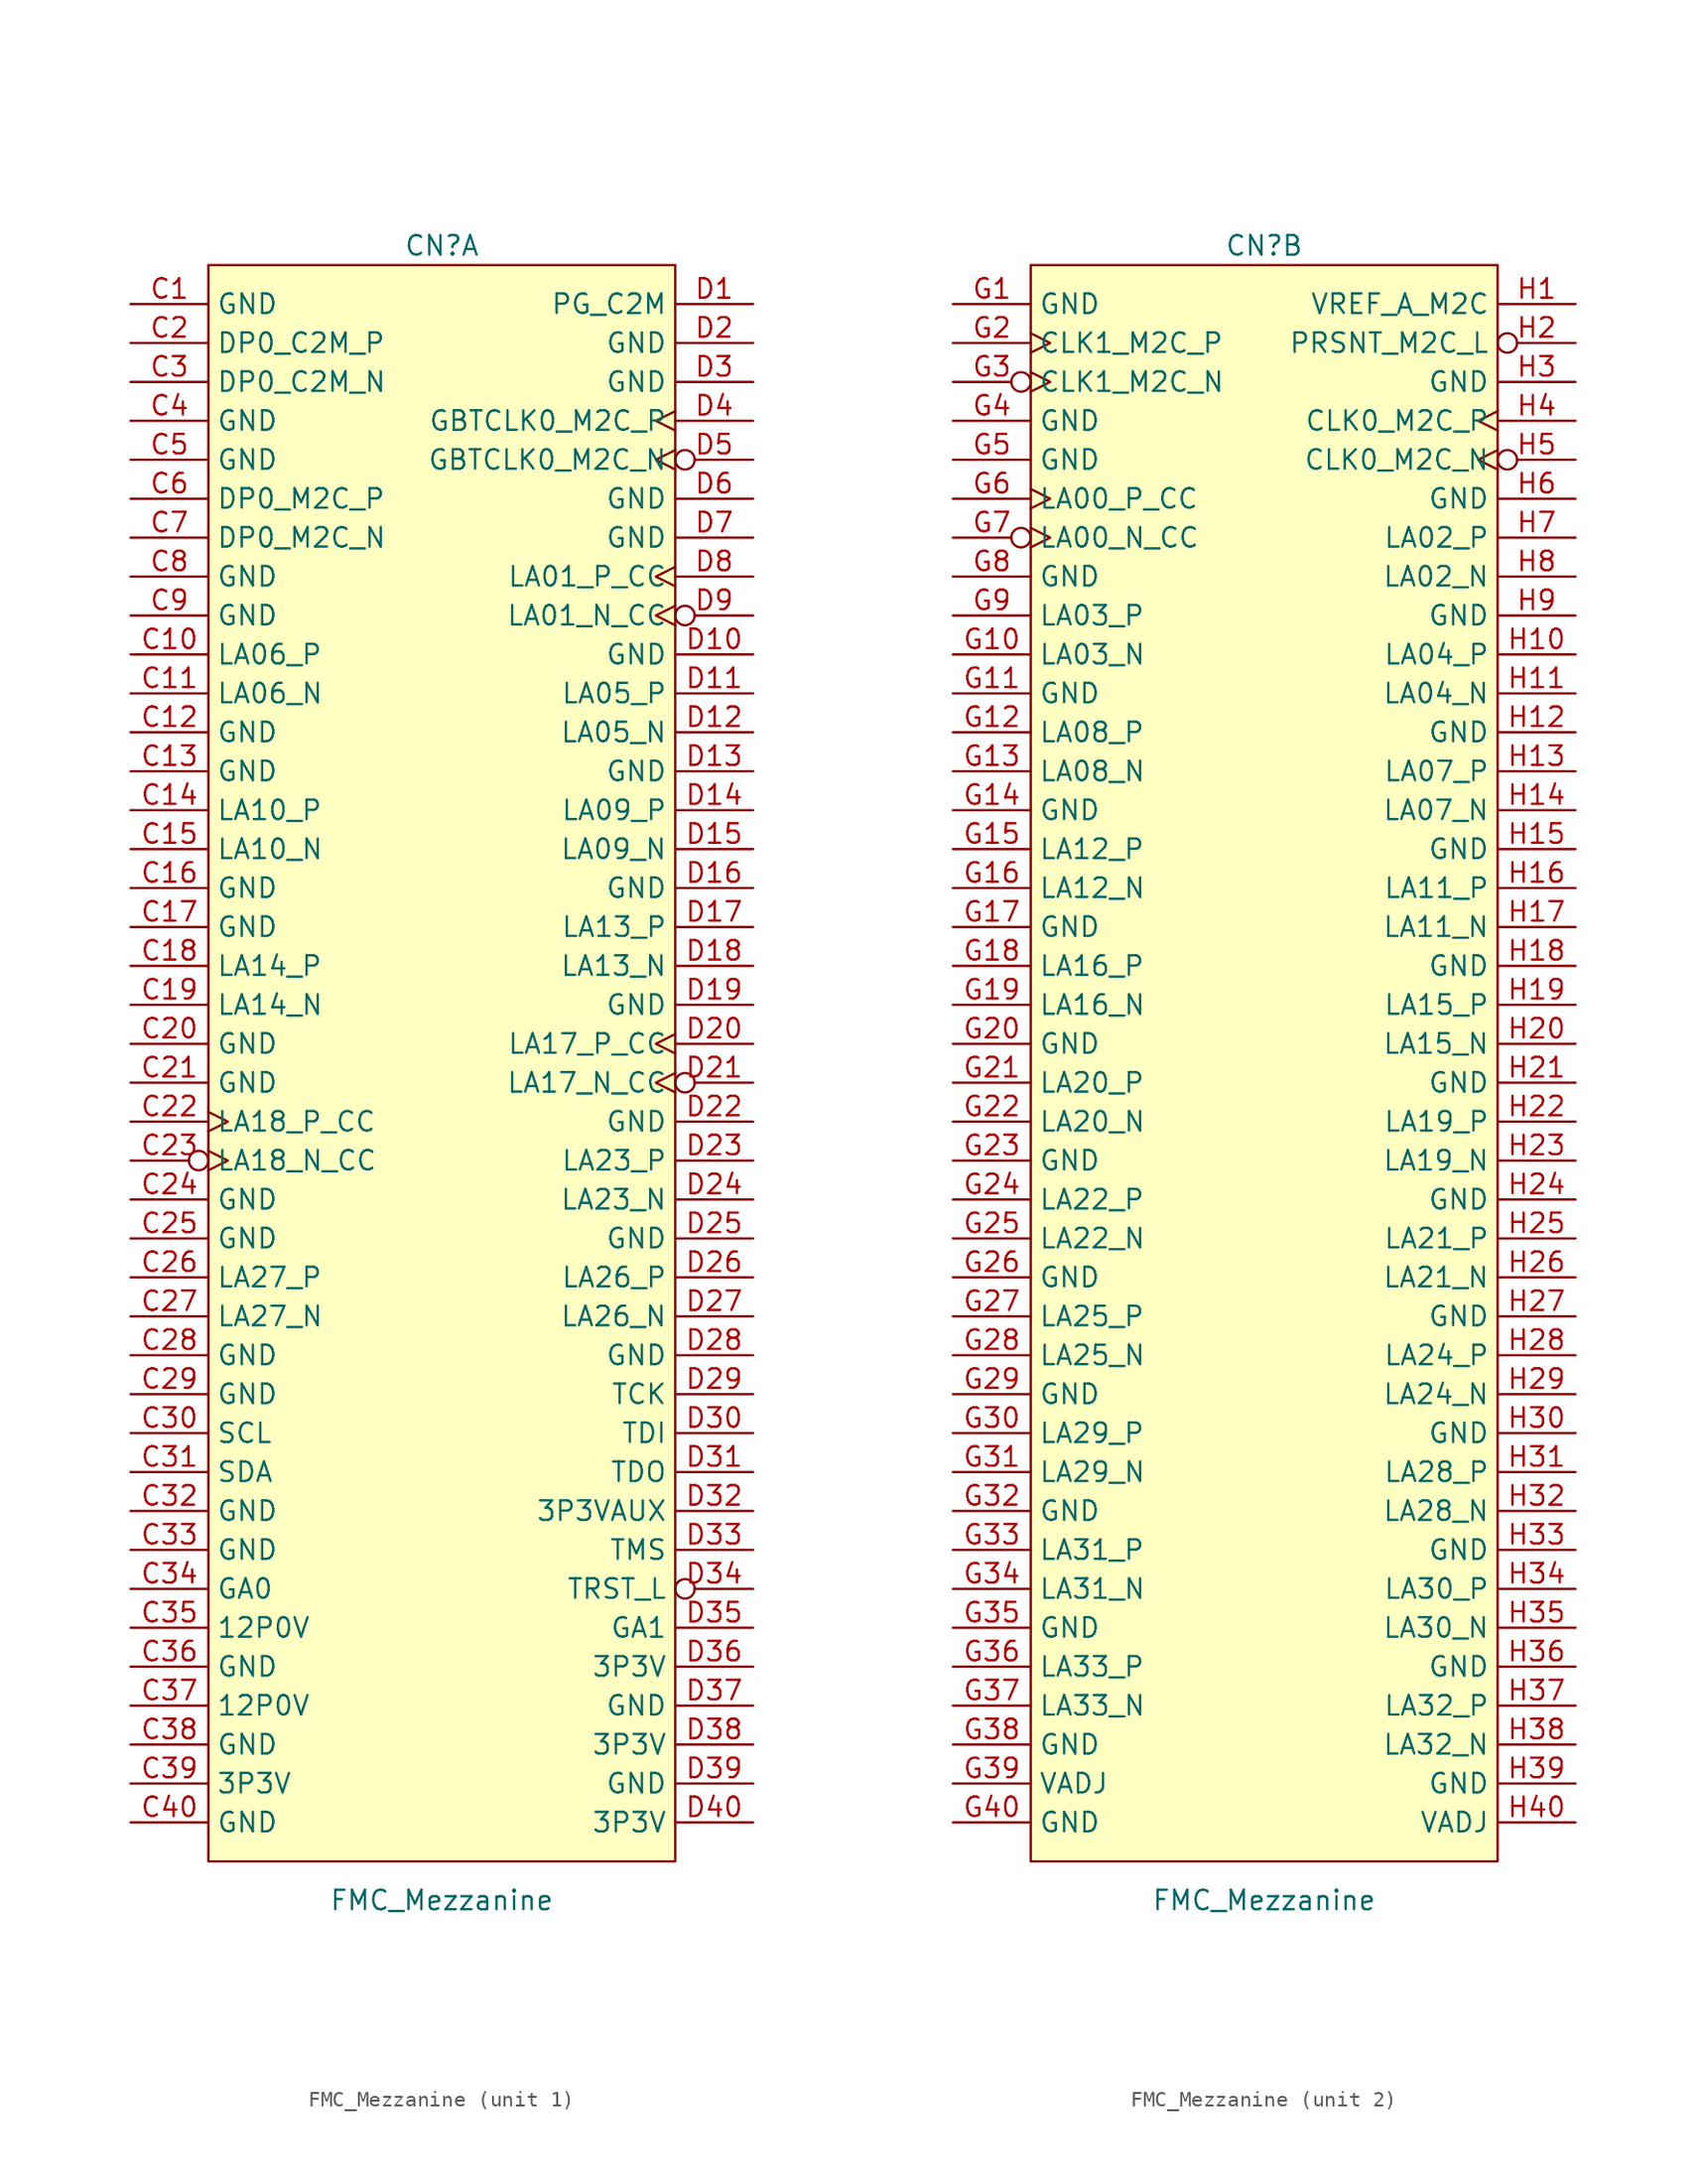
<source format=kicad_sym>
(kicad_symbol_lib
  (version 20220914)
  (generator kicad_symbol_editor)
  (symbol "FMC_Mezzanine"
    (property "Reference" "CN"
      (at 0 3.81 0)
      (effects (font (size 1.27 1.27))))
    (property "Value" "FMC_Mezzanine"
      (at 0 -104.14 0)
      (effects (font (size 1.27 1.27))))
    (symbol "FMC_Mezzanine_0_1"
      (rectangle (start -15.24 2.54) (end 15.24 -101.6) (stroke (width 0.152) (type default)) (fill (type background))))
    (symbol "FMC_Mezzanine_1_1"
      (pin power_in line (at -20.32 0 0) (length 5.08) (name "GND" (effects (font (size 1.27 1.27)))) (number "C1" (effects (font (size 1.27 1.27)))))
      (pin passive line (at -20.32 -22.86 0) (length 5.08) (name "LA06_P" (effects (font (size 1.27 1.27)))) (number "C10" (effects (font (size 1.27 1.27)))))
      (pin passive line (at -20.32 -25.4 0) (length 5.08) (name "LA06_N" (effects (font (size 1.27 1.27)))) (number "C11" (effects (font (size 1.27 1.27)))))
      (pin power_in line (at -20.32 -27.94 0) (length 5.08) (name "GND" (effects (font (size 1.27 1.27)))) (number "C12" (effects (font (size 1.27 1.27)))))
      (pin power_in line (at -20.32 -30.48 0) (length 5.08) (name "GND" (effects (font (size 1.27 1.27)))) (number "C13" (effects (font (size 1.27 1.27)))))
      (pin passive line (at -20.32 -33.02 0) (length 5.08) (name "LA10_P" (effects (font (size 1.27 1.27)))) (number "C14" (effects (font (size 1.27 1.27)))))
      (pin passive line (at -20.32 -35.56 0) (length 5.08) (name "LA10_N" (effects (font (size 1.27 1.27)))) (number "C15" (effects (font (size 1.27 1.27)))))
      (pin power_in line (at -20.32 -38.1 0) (length 5.08) (name "GND" (effects (font (size 1.27 1.27)))) (number "C16" (effects (font (size 1.27 1.27)))))
      (pin power_in line (at -20.32 -40.64 0) (length 5.08) (name "GND" (effects (font (size 1.27 1.27)))) (number "C17" (effects (font (size 1.27 1.27)))))
      (pin passive line (at -20.32 -43.18 0) (length 5.08) (name "LA14_P" (effects (font (size 1.27 1.27)))) (number "C18" (effects (font (size 1.27 1.27)))))
      (pin passive line (at -20.32 -45.72 0) (length 5.08) (name "LA14_N" (effects (font (size 1.27 1.27)))) (number "C19" (effects (font (size 1.27 1.27)))))
      (pin input line (at -20.32 -2.54 0) (length 5.08) (name "DP0_C2M_P" (effects (font (size 1.27 1.27)))) (number "C2" (effects (font (size 1.27 1.27)))))
      (pin power_in line (at -20.32 -48.26 0) (length 5.08) (name "GND" (effects (font (size 1.27 1.27)))) (number "C20" (effects (font (size 1.27 1.27)))))
      (pin power_in line (at -20.32 -50.8 0) (length 5.08) (name "GND" (effects (font (size 1.27 1.27)))) (number "C21" (effects (font (size 1.27 1.27)))))
      (pin bidirectional clock (at -20.32 -53.34 0) (length 5.08) (name "LA18_P_CC" (effects (font (size 1.27 1.27)))) (number "C22" (effects (font (size 1.27 1.27)))))
      (pin bidirectional inverted_clock (at -20.32 -55.88 0) (length 5.08) (name "LA18_N_CC" (effects (font (size 1.27 1.27)))) (number "C23" (effects (font (size 1.27 1.27)))))
      (pin power_in line (at -20.32 -58.42 0) (length 5.08) (name "GND" (effects (font (size 1.27 1.27)))) (number "C24" (effects (font (size 1.27 1.27)))))
      (pin power_in line (at -20.32 -60.96 0) (length 5.08) (name "GND" (effects (font (size 1.27 1.27)))) (number "C25" (effects (font (size 1.27 1.27)))))
      (pin passive line (at -20.32 -63.5 0) (length 5.08) (name "LA27_P" (effects (font (size 1.27 1.27)))) (number "C26" (effects (font (size 1.27 1.27)))))
      (pin passive line (at -20.32 -66.04 0) (length 5.08) (name "LA27_N" (effects (font (size 1.27 1.27)))) (number "C27" (effects (font (size 1.27 1.27)))))
      (pin power_in line (at -20.32 -68.58 0) (length 5.08) (name "GND" (effects (font (size 1.27 1.27)))) (number "C28" (effects (font (size 1.27 1.27)))))
      (pin power_in line (at -20.32 -71.12 0) (length 5.08) (name "GND" (effects (font (size 1.27 1.27)))) (number "C29" (effects (font (size 1.27 1.27)))))
      (pin input line (at -20.32 -5.08 0) (length 5.08) (name "DP0_C2M_N" (effects (font (size 1.27 1.27)))) (number "C3" (effects (font (size 1.27 1.27)))))
      (pin input line (at -20.32 -73.66 0) (length 5.08) (name "SCL" (effects (font (size 1.27 1.27)))) (number "C30" (effects (font (size 1.27 1.27)))))
      (pin bidirectional line (at -20.32 -76.2 0) (length 5.08) (name "SDA" (effects (font (size 1.27 1.27)))) (number "C31" (effects (font (size 1.27 1.27)))))
      (pin power_in line (at -20.32 -78.74 0) (length 5.08) (name "GND" (effects (font (size 1.27 1.27)))) (number "C32" (effects (font (size 1.27 1.27)))))
      (pin power_in line (at -20.32 -81.28 0) (length 5.08) (name "GND" (effects (font (size 1.27 1.27)))) (number "C33" (effects (font (size 1.27 1.27)))))
      (pin input line (at -20.32 -83.82 0) (length 5.08) (name "GA0" (effects (font (size 1.27 1.27)))) (number "C34" (effects (font (size 1.27 1.27)))))
      (pin input line (at -20.32 -86.36 0) (length 5.08) (name "12P0V" (effects (font (size 1.27 1.27)))) (number "C35" (effects (font (size 1.27 1.27)))))
      (pin power_in line (at -20.32 -88.9 0) (length 5.08) (name "GND" (effects (font (size 1.27 1.27)))) (number "C36" (effects (font (size 1.27 1.27)))))
      (pin input line (at -20.32 -91.44 0) (length 5.08) (name "12P0V" (effects (font (size 1.27 1.27)))) (number "C37" (effects (font (size 1.27 1.27)))))
      (pin power_in line (at -20.32 -93.98 0) (length 5.08) (name "GND" (effects (font (size 1.27 1.27)))) (number "C38" (effects (font (size 1.27 1.27)))))
      (pin power_in line (at -20.32 -96.52 0) (length 5.08) (name "3P3V" (effects (font (size 1.27 1.27)))) (number "C39" (effects (font (size 1.27 1.27)))))
      (pin power_in line (at -20.32 -7.62 0) (length 5.08) (name "GND" (effects (font (size 1.27 1.27)))) (number "C4" (effects (font (size 1.27 1.27)))))
      (pin power_in line (at -20.32 -99.06 0) (length 5.08) (name "GND" (effects (font (size 1.27 1.27)))) (number "C40" (effects (font (size 1.27 1.27)))))
      (pin power_in line (at -20.32 -10.16 0) (length 5.08) (name "GND" (effects (font (size 1.27 1.27)))) (number "C5" (effects (font (size 1.27 1.27)))))
      (pin output line (at -20.32 -12.7 0) (length 5.08) (name "DP0_M2C_P" (effects (font (size 1.27 1.27)))) (number "C6" (effects (font (size 1.27 1.27)))))
      (pin output line (at -20.32 -15.24 0) (length 5.08) (name "DP0_M2C_N" (effects (font (size 1.27 1.27)))) (number "C7" (effects (font (size 1.27 1.27)))))
      (pin power_in line (at -20.32 -17.78 0) (length 5.08) (name "GND" (effects (font (size 1.27 1.27)))) (number "C8" (effects (font (size 1.27 1.27)))))
      (pin power_in line (at -20.32 -20.32 0) (length 5.08) (name "GND" (effects (font (size 1.27 1.27)))) (number "C9" (effects (font (size 1.27 1.27)))))
      (pin input line (at 20.32 0 180) (length 5.08) (name "PG_C2M" (effects (font (size 1.27 1.27)))) (number "D1" (effects (font (size 1.27 1.27)))))
      (pin power_in line (at 20.32 -22.86 180) (length 5.08) (name "GND" (effects (font (size 1.27 1.27)))) (number "D10" (effects (font (size 1.27 1.27)))))
      (pin passive line (at 20.32 -25.4 180) (length 5.08) (name "LA05_P" (effects (font (size 1.27 1.27)))) (number "D11" (effects (font (size 1.27 1.27)))))
      (pin passive line (at 20.32 -27.94 180) (length 5.08) (name "LA05_N" (effects (font (size 1.27 1.27)))) (number "D12" (effects (font (size 1.27 1.27)))))
      (pin power_in line (at 20.32 -30.48 180) (length 5.08) (name "GND" (effects (font (size 1.27 1.27)))) (number "D13" (effects (font (size 1.27 1.27)))))
      (pin passive line (at 20.32 -33.02 180) (length 5.08) (name "LA09_P" (effects (font (size 1.27 1.27)))) (number "D14" (effects (font (size 1.27 1.27)))))
      (pin passive line (at 20.32 -35.56 180) (length 5.08) (name "LA09_N" (effects (font (size 1.27 1.27)))) (number "D15" (effects (font (size 1.27 1.27)))))
      (pin power_in line (at 20.32 -38.1 180) (length 5.08) (name "GND" (effects (font (size 1.27 1.27)))) (number "D16" (effects (font (size 1.27 1.27)))))
      (pin passive line (at 20.32 -40.64 180) (length 5.08) (name "LA13_P" (effects (font (size 1.27 1.27)))) (number "D17" (effects (font (size 1.27 1.27)))))
      (pin passive line (at 20.32 -43.18 180) (length 5.08) (name "LA13_N" (effects (font (size 1.27 1.27)))) (number "D18" (effects (font (size 1.27 1.27)))))
      (pin power_in line (at 20.32 -45.72 180) (length 5.08) (name "GND" (effects (font (size 1.27 1.27)))) (number "D19" (effects (font (size 1.27 1.27)))))
      (pin power_in line (at 20.32 -2.54 180) (length 5.08) (name "GND" (effects (font (size 1.27 1.27)))) (number "D2" (effects (font (size 1.27 1.27)))))
      (pin bidirectional clock (at 20.32 -48.26 180) (length 5.08) (name "LA17_P_CC" (effects (font (size 1.27 1.27)))) (number "D20" (effects (font (size 1.27 1.27)))))
      (pin bidirectional inverted_clock (at 20.32 -50.8 180) (length 5.08) (name "LA17_N_CC" (effects (font (size 1.27 1.27)))) (number "D21" (effects (font (size 1.27 1.27)))))
      (pin power_in line (at 20.32 -53.34 180) (length 5.08) (name "GND" (effects (font (size 1.27 1.27)))) (number "D22" (effects (font (size 1.27 1.27)))))
      (pin passive line (at 20.32 -55.88 180) (length 5.08) (name "LA23_P" (effects (font (size 1.27 1.27)))) (number "D23" (effects (font (size 1.27 1.27)))))
      (pin passive line (at 20.32 -58.42 180) (length 5.08) (name "LA23_N" (effects (font (size 1.27 1.27)))) (number "D24" (effects (font (size 1.27 1.27)))))
      (pin power_in line (at 20.32 -60.96 180) (length 5.08) (name "GND" (effects (font (size 1.27 1.27)))) (number "D25" (effects (font (size 1.27 1.27)))))
      (pin passive line (at 20.32 -63.5 180) (length 5.08) (name "LA26_P" (effects (font (size 1.27 1.27)))) (number "D26" (effects (font (size 1.27 1.27)))))
      (pin passive line (at 20.32 -66.04 180) (length 5.08) (name "LA26_N" (effects (font (size 1.27 1.27)))) (number "D27" (effects (font (size 1.27 1.27)))))
      (pin power_in line (at 20.32 -68.58 180) (length 5.08) (name "GND" (effects (font (size 1.27 1.27)))) (number "D28" (effects (font (size 1.27 1.27)))))
      (pin input line (at 20.32 -71.12 180) (length 5.08) (name "TCK" (effects (font (size 1.27 1.27)))) (number "D29" (effects (font (size 1.27 1.27)))))
      (pin power_in line (at 20.32 -5.08 180) (length 5.08) (name "GND" (effects (font (size 1.27 1.27)))) (number "D3" (effects (font (size 1.27 1.27)))))
      (pin input line (at 20.32 -73.66 180) (length 5.08) (name "TDI" (effects (font (size 1.27 1.27)))) (number "D30" (effects (font (size 1.27 1.27)))))
      (pin output line (at 20.32 -76.2 180) (length 5.08) (name "TDO" (effects (font (size 1.27 1.27)))) (number "D31" (effects (font (size 1.27 1.27)))))
      (pin power_in line (at 20.32 -78.74 180) (length 5.08) (name "3P3VAUX" (effects (font (size 1.27 1.27)))) (number "D32" (effects (font (size 1.27 1.27)))))
      (pin passive line (at 20.32 -81.28 180) (length 5.08) (name "TMS" (effects (font (size 1.27 1.27)))) (number "D33" (effects (font (size 1.27 1.27)))))
      (pin open_collector inverted (at 20.32 -83.82 180) (length 5.08) (name "TRST_L" (effects (font (size 1.27 1.27)))) (number "D34" (effects (font (size 1.27 1.27)))))
      (pin input line (at 20.32 -86.36 180) (length 5.08) (name "GA1" (effects (font (size 1.27 1.27)))) (number "D35" (effects (font (size 1.27 1.27)))))
      (pin power_in line (at 20.32 -88.9 180) (length 5.08) (name "3P3V" (effects (font (size 1.27 1.27)))) (number "D36" (effects (font (size 1.27 1.27)))))
      (pin power_in line (at 20.32 -91.44 180) (length 5.08) (name "GND" (effects (font (size 1.27 1.27)))) (number "D37" (effects (font (size 1.27 1.27)))))
      (pin power_in line (at 20.32 -93.98 180) (length 5.08) (name "3P3V" (effects (font (size 1.27 1.27)))) (number "D38" (effects (font (size 1.27 1.27)))))
      (pin power_in line (at 20.32 -96.52 180) (length 5.08) (name "GND" (effects (font (size 1.27 1.27)))) (number "D39" (effects (font (size 1.27 1.27)))))
      (pin passive clock (at 20.32 -7.62 180) (length 5.08) (name "GBTCLK0_M2C_P" (effects (font (size 1.27 1.27)))) (number "D4" (effects (font (size 1.27 1.27)))))
      (pin power_in line (at 20.32 -99.06 180) (length 5.08) (name "3P3V" (effects (font (size 1.27 1.27)))) (number "D40" (effects (font (size 1.27 1.27)))))
      (pin passive inverted_clock (at 20.32 -10.16 180) (length 5.08) (name "GBTCLK0_M2C_N" (effects (font (size 1.27 1.27)))) (number "D5" (effects (font (size 1.27 1.27)))))
      (pin power_in line (at 20.32 -12.7 180) (length 5.08) (name "GND" (effects (font (size 1.27 1.27)))) (number "D6" (effects (font (size 1.27 1.27)))))
      (pin power_in line (at 20.32 -15.24 180) (length 5.08) (name "GND" (effects (font (size 1.27 1.27)))) (number "D7" (effects (font (size 1.27 1.27)))))
      (pin bidirectional clock (at 20.32 -17.78 180) (length 5.08) (name "LA01_P_CC" (effects (font (size 1.27 1.27)))) (number "D8" (effects (font (size 1.27 1.27)))))
      (pin bidirectional inverted_clock (at 20.32 -20.32 180) (length 5.08) (name "LA01_N_CC" (effects (font (size 1.27 1.27)))) (number "D9" (effects (font (size 1.27 1.27))))))
    (symbol "FMC_Mezzanine_2_1"
      (pin power_in line (at -20.32 0 0) (length 5.08) (name "GND" (effects (font (size 1.27 1.27)))) (number "G1" (effects (font (size 1.27 1.27)))))
      (pin passive line (at -20.32 -22.86 0) (length 5.08) (name "LA03_N" (effects (font (size 1.27 1.27)))) (number "G10" (effects (font (size 1.27 1.27)))))
      (pin power_in line (at -20.32 -25.4 0) (length 5.08) (name "GND" (effects (font (size 1.27 1.27)))) (number "G11" (effects (font (size 1.27 1.27)))))
      (pin passive line (at -20.32 -27.94 0) (length 5.08) (name "LA08_P" (effects (font (size 1.27 1.27)))) (number "G12" (effects (font (size 1.27 1.27)))))
      (pin passive line (at -20.32 -30.48 0) (length 5.08) (name "LA08_N" (effects (font (size 1.27 1.27)))) (number "G13" (effects (font (size 1.27 1.27)))))
      (pin power_in line (at -20.32 -33.02 0) (length 5.08) (name "GND" (effects (font (size 1.27 1.27)))) (number "G14" (effects (font (size 1.27 1.27)))))
      (pin passive line (at -20.32 -35.56 0) (length 5.08) (name "LA12_P" (effects (font (size 1.27 1.27)))) (number "G15" (effects (font (size 1.27 1.27)))))
      (pin passive line (at -20.32 -38.1 0) (length 5.08) (name "LA12_N" (effects (font (size 1.27 1.27)))) (number "G16" (effects (font (size 1.27 1.27)))))
      (pin power_in line (at -20.32 -40.64 0) (length 5.08) (name "GND" (effects (font (size 1.27 1.27)))) (number "G17" (effects (font (size 1.27 1.27)))))
      (pin passive line (at -20.32 -43.18 0) (length 5.08) (name "LA16_P" (effects (font (size 1.27 1.27)))) (number "G18" (effects (font (size 1.27 1.27)))))
      (pin passive line (at -20.32 -45.72 0) (length 5.08) (name "LA16_N" (effects (font (size 1.27 1.27)))) (number "G19" (effects (font (size 1.27 1.27)))))
      (pin bidirectional clock (at -20.32 -2.54 0) (length 5.08) (name "CLK1_M2C_P" (effects (font (size 1.27 1.27)))) (number "G2" (effects (font (size 1.27 1.27)))))
      (pin power_in line (at -20.32 -48.26 0) (length 5.08) (name "GND" (effects (font (size 1.27 1.27)))) (number "G20" (effects (font (size 1.27 1.27)))))
      (pin passive line (at -20.32 -50.8 0) (length 5.08) (name "LA20_P" (effects (font (size 1.27 1.27)))) (number "G21" (effects (font (size 1.27 1.27)))))
      (pin passive line (at -20.32 -53.34 0) (length 5.08) (name "LA20_N" (effects (font (size 1.27 1.27)))) (number "G22" (effects (font (size 1.27 1.27)))))
      (pin power_in line (at -20.32 -55.88 0) (length 5.08) (name "GND" (effects (font (size 1.27 1.27)))) (number "G23" (effects (font (size 1.27 1.27)))))
      (pin passive line (at -20.32 -58.42 0) (length 5.08) (name "LA22_P" (effects (font (size 1.27 1.27)))) (number "G24" (effects (font (size 1.27 1.27)))))
      (pin passive line (at -20.32 -60.96 0) (length 5.08) (name "LA22_N" (effects (font (size 1.27 1.27)))) (number "G25" (effects (font (size 1.27 1.27)))))
      (pin power_in line (at -20.32 -63.5 0) (length 5.08) (name "GND" (effects (font (size 1.27 1.27)))) (number "G26" (effects (font (size 1.27 1.27)))))
      (pin passive line (at -20.32 -66.04 0) (length 5.08) (name "LA25_P" (effects (font (size 1.27 1.27)))) (number "G27" (effects (font (size 1.27 1.27)))))
      (pin passive line (at -20.32 -68.58 0) (length 5.08) (name "LA25_N" (effects (font (size 1.27 1.27)))) (number "G28" (effects (font (size 1.27 1.27)))))
      (pin power_in line (at -20.32 -71.12 0) (length 5.08) (name "GND" (effects (font (size 1.27 1.27)))) (number "G29" (effects (font (size 1.27 1.27)))))
      (pin bidirectional inverted_clock (at -20.32 -5.08 0) (length 5.08) (name "CLK1_M2C_N" (effects (font (size 1.27 1.27)))) (number "G3" (effects (font (size 1.27 1.27)))))
      (pin passive line (at -20.32 -73.66 0) (length 5.08) (name "LA29_P" (effects (font (size 1.27 1.27)))) (number "G30" (effects (font (size 1.27 1.27)))))
      (pin passive line (at -20.32 -76.2 0) (length 5.08) (name "LA29_N" (effects (font (size 1.27 1.27)))) (number "G31" (effects (font (size 1.27 1.27)))))
      (pin power_in line (at -20.32 -78.74 0) (length 5.08) (name "GND" (effects (font (size 1.27 1.27)))) (number "G32" (effects (font (size 1.27 1.27)))))
      (pin passive line (at -20.32 -81.28 0) (length 5.08) (name "LA31_P" (effects (font (size 1.27 1.27)))) (number "G33" (effects (font (size 1.27 1.27)))))
      (pin passive line (at -20.32 -83.82 0) (length 5.08) (name "LA31_N" (effects (font (size 1.27 1.27)))) (number "G34" (effects (font (size 1.27 1.27)))))
      (pin power_in line (at -20.32 -86.36 0) (length 5.08) (name "GND" (effects (font (size 1.27 1.27)))) (number "G35" (effects (font (size 1.27 1.27)))))
      (pin passive line (at -20.32 -88.9 0) (length 5.08) (name "LA33_P" (effects (font (size 1.27 1.27)))) (number "G36" (effects (font (size 1.27 1.27)))))
      (pin passive line (at -20.32 -91.44 0) (length 5.08) (name "LA33_N" (effects (font (size 1.27 1.27)))) (number "G37" (effects (font (size 1.27 1.27)))))
      (pin power_in line (at -20.32 -93.98 0) (length 5.08) (name "GND" (effects (font (size 1.27 1.27)))) (number "G38" (effects (font (size 1.27 1.27)))))
      (pin power_in line (at -20.32 -96.52 0) (length 5.08) (name "VADJ" (effects (font (size 1.27 1.27)))) (number "G39" (effects (font (size 1.27 1.27)))))
      (pin power_in line (at -20.32 -7.62 0) (length 5.08) (name "GND" (effects (font (size 1.27 1.27)))) (number "G4" (effects (font (size 1.27 1.27)))))
      (pin power_in line (at -20.32 -99.06 0) (length 5.08) (name "GND" (effects (font (size 1.27 1.27)))) (number "G40" (effects (font (size 1.27 1.27)))))
      (pin power_in line (at -20.32 -10.16 0) (length 5.08) (name "GND" (effects (font (size 1.27 1.27)))) (number "G5" (effects (font (size 1.27 1.27)))))
      (pin bidirectional clock (at -20.32 -12.7 0) (length 5.08) (name "LA00_P_CC" (effects (font (size 1.27 1.27)))) (number "G6" (effects (font (size 1.27 1.27)))))
      (pin bidirectional inverted_clock (at -20.32 -15.24 0) (length 5.08) (name "LA00_N_CC" (effects (font (size 1.27 1.27)))) (number "G7" (effects (font (size 1.27 1.27)))))
      (pin power_in line (at -20.32 -17.78 0) (length 5.08) (name "GND" (effects (font (size 1.27 1.27)))) (number "G8" (effects (font (size 1.27 1.27)))))
      (pin passive line (at -20.32 -20.32 0) (length 5.08) (name "LA03_P" (effects (font (size 1.27 1.27)))) (number "G9" (effects (font (size 1.27 1.27)))))
      (pin power_out line (at 20.32 0 180) (length 5.08) (name "VREF_A_M2C" (effects (font (size 1.27 1.27)))) (number "H1" (effects (font (size 1.27 1.27)))))
      (pin passive line (at 20.32 -22.86 180) (length 5.08) (name "LA04_P" (effects (font (size 1.27 1.27)))) (number "H10" (effects (font (size 1.27 1.27)))))
      (pin passive line (at 20.32 -25.4 180) (length 5.08) (name "LA04_N" (effects (font (size 1.27 1.27)))) (number "H11" (effects (font (size 1.27 1.27)))))
      (pin power_in line (at 20.32 -27.94 180) (length 5.08) (name "GND" (effects (font (size 1.27 1.27)))) (number "H12" (effects (font (size 1.27 1.27)))))
      (pin passive line (at 20.32 -30.48 180) (length 5.08) (name "LA07_P" (effects (font (size 1.27 1.27)))) (number "H13" (effects (font (size 1.27 1.27)))))
      (pin passive line (at 20.32 -33.02 180) (length 5.08) (name "LA07_N" (effects (font (size 1.27 1.27)))) (number "H14" (effects (font (size 1.27 1.27)))))
      (pin power_in line (at 20.32 -35.56 180) (length 5.08) (name "GND" (effects (font (size 1.27 1.27)))) (number "H15" (effects (font (size 1.27 1.27)))))
      (pin passive line (at 20.32 -38.1 180) (length 5.08) (name "LA11_P" (effects (font (size 1.27 1.27)))) (number "H16" (effects (font (size 1.27 1.27)))))
      (pin passive line (at 20.32 -40.64 180) (length 5.08) (name "LA11_N" (effects (font (size 1.27 1.27)))) (number "H17" (effects (font (size 1.27 1.27)))))
      (pin power_in line (at 20.32 -43.18 180) (length 5.08) (name "GND" (effects (font (size 1.27 1.27)))) (number "H18" (effects (font (size 1.27 1.27)))))
      (pin passive line (at 20.32 -45.72 180) (length 5.08) (name "LA15_P" (effects (font (size 1.27 1.27)))) (number "H19" (effects (font (size 1.27 1.27)))))
      (pin passive inverted (at 20.32 -2.54 180) (length 5.08) (name "PRSNT_M2C_L" (effects (font (size 1.27 1.27)))) (number "H2" (effects (font (size 1.27 1.27)))))
      (pin passive line (at 20.32 -48.26 180) (length 5.08) (name "LA15_N" (effects (font (size 1.27 1.27)))) (number "H20" (effects (font (size 1.27 1.27)))))
      (pin power_in line (at 20.32 -50.8 180) (length 5.08) (name "GND" (effects (font (size 1.27 1.27)))) (number "H21" (effects (font (size 1.27 1.27)))))
      (pin passive line (at 20.32 -53.34 180) (length 5.08) (name "LA19_P" (effects (font (size 1.27 1.27)))) (number "H22" (effects (font (size 1.27 1.27)))))
      (pin passive line (at 20.32 -55.88 180) (length 5.08) (name "LA19_N" (effects (font (size 1.27 1.27)))) (number "H23" (effects (font (size 1.27 1.27)))))
      (pin power_in line (at 20.32 -58.42 180) (length 5.08) (name "GND" (effects (font (size 1.27 1.27)))) (number "H24" (effects (font (size 1.27 1.27)))))
      (pin passive line (at 20.32 -60.96 180) (length 5.08) (name "LA21_P" (effects (font (size 1.27 1.27)))) (number "H25" (effects (font (size 1.27 1.27)))))
      (pin passive line (at 20.32 -63.5 180) (length 5.08) (name "LA21_N" (effects (font (size 1.27 1.27)))) (number "H26" (effects (font (size 1.27 1.27)))))
      (pin power_in line (at 20.32 -66.04 180) (length 5.08) (name "GND" (effects (font (size 1.27 1.27)))) (number "H27" (effects (font (size 1.27 1.27)))))
      (pin passive line (at 20.32 -68.58 180) (length 5.08) (name "LA24_P" (effects (font (size 1.27 1.27)))) (number "H28" (effects (font (size 1.27 1.27)))))
      (pin passive line (at 20.32 -71.12 180) (length 5.08) (name "LA24_N" (effects (font (size 1.27 1.27)))) (number "H29" (effects (font (size 1.27 1.27)))))
      (pin power_in line (at 20.32 -5.08 180) (length 5.08) (name "GND" (effects (font (size 1.27 1.27)))) (number "H3" (effects (font (size 1.27 1.27)))))
      (pin power_in line (at 20.32 -73.66 180) (length 5.08) (name "GND" (effects (font (size 1.27 1.27)))) (number "H30" (effects (font (size 1.27 1.27)))))
      (pin passive line (at 20.32 -76.2 180) (length 5.08) (name "LA28_P" (effects (font (size 1.27 1.27)))) (number "H31" (effects (font (size 1.27 1.27)))))
      (pin passive line (at 20.32 -78.74 180) (length 5.08) (name "LA28_N" (effects (font (size 1.27 1.27)))) (number "H32" (effects (font (size 1.27 1.27)))))
      (pin power_in line (at 20.32 -81.28 180) (length 5.08) (name "GND" (effects (font (size 1.27 1.27)))) (number "H33" (effects (font (size 1.27 1.27)))))
      (pin passive line (at 20.32 -83.82 180) (length 5.08) (name "LA30_P" (effects (font (size 1.27 1.27)))) (number "H34" (effects (font (size 1.27 1.27)))))
      (pin passive line (at 20.32 -86.36 180) (length 5.08) (name "LA30_N" (effects (font (size 1.27 1.27)))) (number "H35" (effects (font (size 1.27 1.27)))))
      (pin power_in line (at 20.32 -88.9 180) (length 5.08) (name "GND" (effects (font (size 1.27 1.27)))) (number "H36" (effects (font (size 1.27 1.27)))))
      (pin passive line (at 20.32 -91.44 180) (length 5.08) (name "LA32_P" (effects (font (size 1.27 1.27)))) (number "H37" (effects (font (size 1.27 1.27)))))
      (pin passive line (at 20.32 -93.98 180) (length 5.08) (name "LA32_N" (effects (font (size 1.27 1.27)))) (number "H38" (effects (font (size 1.27 1.27)))))
      (pin power_in line (at 20.32 -96.52 180) (length 5.08) (name "GND" (effects (font (size 1.27 1.27)))) (number "H39" (effects (font (size 1.27 1.27)))))
      (pin bidirectional clock (at 20.32 -7.62 180) (length 5.08) (name "CLK0_M2C_P" (effects (font (size 1.27 1.27)))) (number "H4" (effects (font (size 1.27 1.27)))))
      (pin power_in line (at 20.32 -99.06 180) (length 5.08) (name "VADJ" (effects (font (size 1.27 1.27)))) (number "H40" (effects (font (size 1.27 1.27)))))
      (pin bidirectional inverted_clock (at 20.32 -10.16 180) (length 5.08) (name "CLK0_M2C_N" (effects (font (size 1.27 1.27)))) (number "H5" (effects (font (size 1.27 1.27)))))
      (pin power_in line (at 20.32 -12.7 180) (length 5.08) (name "GND" (effects (font (size 1.27 1.27)))) (number "H6" (effects (font (size 1.27 1.27)))))
      (pin passive line (at 20.32 -15.24 180) (length 5.08) (name "LA02_P" (effects (font (size 1.27 1.27)))) (number "H7" (effects (font (size 1.27 1.27)))))
      (pin passive line (at 20.32 -17.78 180) (length 5.08) (name "LA02_N" (effects (font (size 1.27 1.27)))) (number "H8" (effects (font (size 1.27 1.27)))))
      (pin power_in line (at 20.32 -20.32 180) (length 5.08) (name "GND" (effects (font (size 1.27 1.27)))) (number "H9" (effects (font (size 1.27 1.27))))))))
</source>
